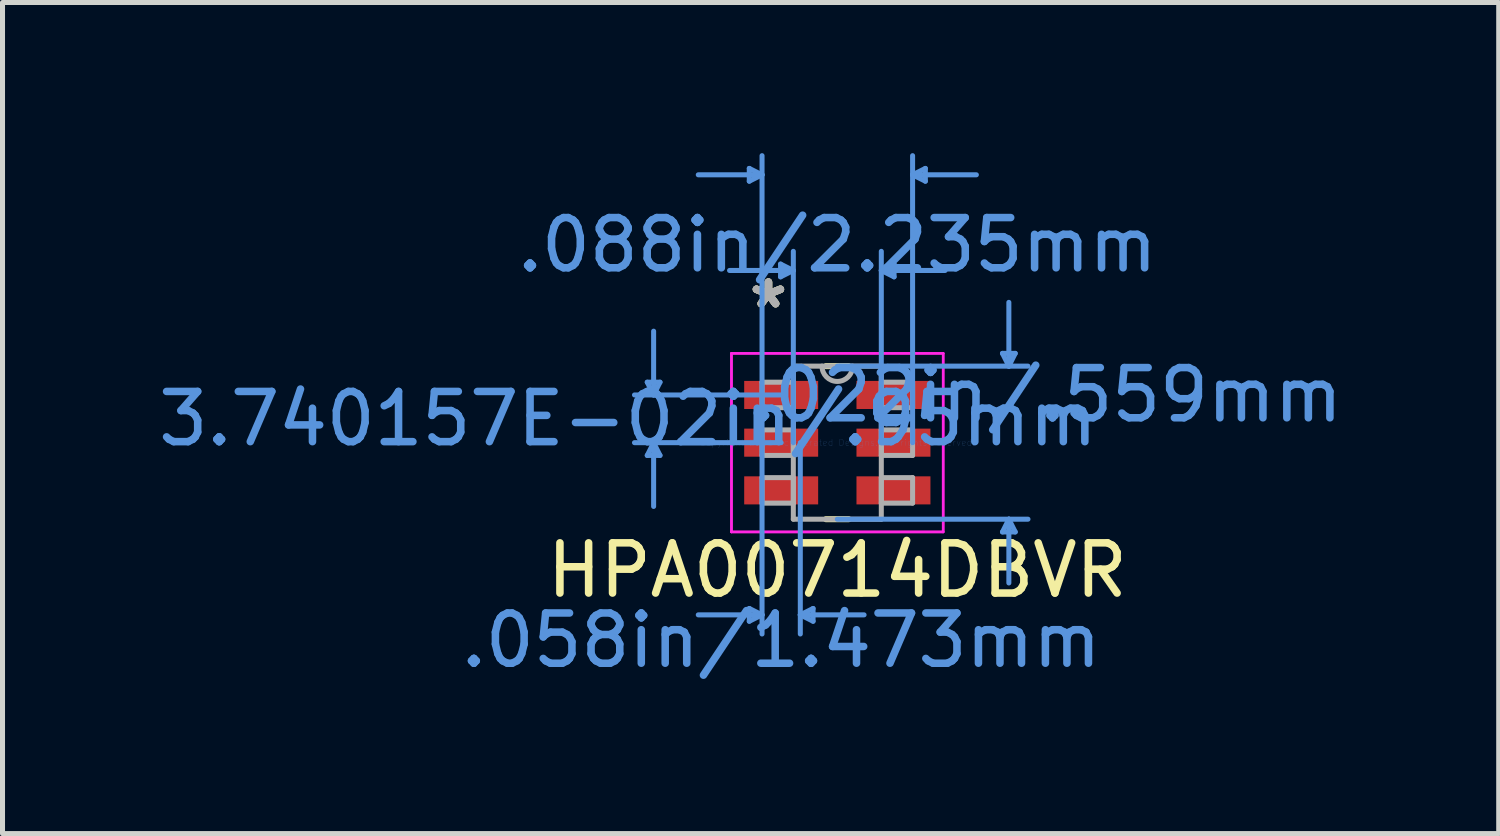
<source format=kicad_pcb>
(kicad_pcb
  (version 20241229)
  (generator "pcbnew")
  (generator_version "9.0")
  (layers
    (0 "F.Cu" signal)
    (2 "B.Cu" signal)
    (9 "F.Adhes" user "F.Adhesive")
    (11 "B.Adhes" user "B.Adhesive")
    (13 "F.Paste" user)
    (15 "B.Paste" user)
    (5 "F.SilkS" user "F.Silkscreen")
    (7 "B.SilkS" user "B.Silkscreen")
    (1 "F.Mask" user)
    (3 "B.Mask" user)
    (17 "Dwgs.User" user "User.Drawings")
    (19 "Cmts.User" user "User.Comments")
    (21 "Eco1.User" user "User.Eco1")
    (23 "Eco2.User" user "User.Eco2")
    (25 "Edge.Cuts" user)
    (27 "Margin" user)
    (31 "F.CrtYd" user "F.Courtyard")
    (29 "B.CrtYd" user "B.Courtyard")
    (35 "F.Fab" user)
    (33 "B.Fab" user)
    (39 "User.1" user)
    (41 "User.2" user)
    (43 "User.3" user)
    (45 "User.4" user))
  (footprint "HPA00714DBVR"
    (layer "F.Cu")
    (at 13.624 5.765)
    (property "Reference" "HPA00714DBVR" (at 0 2.54 0) (layer "F.SilkS") (effects (font (size 1 1) (thickness 0.15))))
    (attr through_hole)
    (fp_line (start -0.226 1.524) (end 0.226 1.524) (stroke (width 0.12) (type solid)) (layer "F.SilkS"))
    (fp_line (start 0.226 -1.524) (end -0.226 -1.524) (stroke (width 0.12) (type solid)) (layer "F.SilkS"))
    (fp_line (start -3.785 -1.204) (end -3.531 -1.204) (stroke (width 0.1) (type solid)) (layer "Cmts.User"))
    (fp_line (start -3.785 0.254) (end -3.531 0.254) (stroke (width 0.1) (type solid)) (layer "Cmts.User"))
    (fp_line (start -3.658 -0.95) (end -3.785 -1.204) (stroke (width 0.1) (type solid)) (layer "Cmts.User"))
    (fp_line (start -3.658 -0.95) (end -3.658 -2.22) (stroke (width 0.1) (type solid)) (layer "Cmts.User"))
    (fp_line (start -3.658 -0.95) (end -3.531 -1.204) (stroke (width 0.1) (type solid)) (layer "Cmts.User"))
    (fp_line (start -3.658 0) (end -3.785 0.254) (stroke (width 0.1) (type solid)) (layer "Cmts.User"))
    (fp_line (start -3.658 0) (end -3.658 1.27) (stroke (width 0.1) (type solid)) (layer "Cmts.User"))
    (fp_line (start -3.658 0) (end -3.531 0.254) (stroke (width 0.1) (type solid)) (layer "Cmts.User"))
    (fp_line (start -1.753 -5.461) (end -1.753 -5.207) (stroke (width 0.1) (type solid)) (layer "Cmts.User"))
    (fp_line (start -1.753 3.302) (end -1.753 3.556) (stroke (width 0.1) (type solid)) (layer "Cmts.User"))
    (fp_line (start -1.499 -5.334) (end -2.769 -5.334) (stroke (width 0.1) (type solid)) (layer "Cmts.User"))
    (fp_line (start -1.499 -5.334) (end -1.753 -5.461) (stroke (width 0.1) (type solid)) (layer "Cmts.User"))
    (fp_line (start -1.499 -5.334) (end -1.753 -5.207) (stroke (width 0.1) (type solid)) (layer "Cmts.User"))
    (fp_line (start -1.499 0) (end -1.499 -5.715) (stroke (width 0.1) (type solid)) (layer "Cmts.User"))
    (fp_line (start -1.499 0) (end -1.499 3.81) (stroke (width 0.1) (type solid)) (layer "Cmts.User"))
    (fp_line (start -1.499 3.429) (end -2.769 3.429) (stroke (width 0.1) (type solid)) (layer "Cmts.User"))
    (fp_line (start -1.499 3.429) (end -1.753 3.302) (stroke (width 0.1) (type solid)) (layer "Cmts.User"))
    (fp_line (start -1.499 3.429) (end -1.753 3.556) (stroke (width 0.1) (type solid)) (layer "Cmts.User"))
    (fp_line (start -1.13 -3.556) (end -1.13 -3.302) (stroke (width 0.1) (type solid)) (layer "Cmts.User"))
    (fp_line (start -1.118 -0.95) (end -4.039 -0.95) (stroke (width 0.1) (type solid)) (layer "Cmts.User"))
    (fp_line (start -1.118 0) (end -4.039 0) (stroke (width 0.1) (type solid)) (layer "Cmts.User"))
    (fp_line (start -0.876 -3.429) (end -2.146 -3.429) (stroke (width 0.1) (type solid)) (layer "Cmts.User"))
    (fp_line (start -0.876 -3.429) (end -1.13 -3.556) (stroke (width 0.1) (type solid)) (layer "Cmts.User"))
    (fp_line (start -0.876 -3.429) (end -1.13 -3.302) (stroke (width 0.1) (type solid)) (layer "Cmts.User"))
    (fp_line (start -0.876 0) (end -0.876 -3.81) (stroke (width 0.1) (type solid)) (layer "Cmts.User"))
    (fp_line (start -0.737 0) (end -0.737 3.81) (stroke (width 0.1) (type solid)) (layer "Cmts.User"))
    (fp_line (start -0.737 3.429) (end -0.483 3.302) (stroke (width 0.1) (type solid)) (layer "Cmts.User"))
    (fp_line (start -0.737 3.429) (end -0.483 3.556) (stroke (width 0.1) (type solid)) (layer "Cmts.User"))
    (fp_line (start -0.737 3.429) (end 0.533 3.429) (stroke (width 0.1) (type solid)) (layer "Cmts.User"))
    (fp_line (start -0.483 3.302) (end -0.483 3.556) (stroke (width 0.1) (type solid)) (layer "Cmts.User"))
    (fp_line (start 0 -1.524) (end 3.797 -1.524) (stroke (width 0.1) (type solid)) (layer "Cmts.User"))
    (fp_line (start 0 1.524) (end 3.797 1.524) (stroke (width 0.1) (type solid)) (layer "Cmts.User"))
    (fp_line (start 0.876 -3.429) (end 1.13 -3.556) (stroke (width 0.1) (type solid)) (layer "Cmts.User"))
    (fp_line (start 0.876 -3.429) (end 1.13 -3.302) (stroke (width 0.1) (type solid)) (layer "Cmts.User"))
    (fp_line (start 0.876 -3.429) (end 2.146 -3.429) (stroke (width 0.1) (type solid)) (layer "Cmts.User"))
    (fp_line (start 0.876 0) (end 0.876 -3.81) (stroke (width 0.1) (type solid)) (layer "Cmts.User"))
    (fp_line (start 1.13 -3.556) (end 1.13 -3.302) (stroke (width 0.1) (type solid)) (layer "Cmts.User"))
    (fp_line (start 1.499 -5.334) (end 1.753 -5.461) (stroke (width 0.1) (type solid)) (layer "Cmts.User"))
    (fp_line (start 1.499 -5.334) (end 1.753 -5.207) (stroke (width 0.1) (type solid)) (layer "Cmts.User"))
    (fp_line (start 1.499 -5.334) (end 2.769 -5.334) (stroke (width 0.1) (type solid)) (layer "Cmts.User"))
    (fp_line (start 1.499 0) (end 1.499 -5.715) (stroke (width 0.1) (type solid)) (layer "Cmts.User"))
    (fp_line (start 1.753 -5.461) (end 1.753 -5.207) (stroke (width 0.1) (type solid)) (layer "Cmts.User"))
    (fp_line (start 3.289 -1.778) (end 3.543 -1.778) (stroke (width 0.1) (type solid)) (layer "Cmts.User"))
    (fp_line (start 3.289 1.778) (end 3.543 1.778) (stroke (width 0.1) (type solid)) (layer "Cmts.User"))
    (fp_line (start 3.416 -1.524) (end 3.289 -1.778) (stroke (width 0.1) (type solid)) (layer "Cmts.User"))
    (fp_line (start 3.416 -1.524) (end 3.416 -2.794) (stroke (width 0.1) (type solid)) (layer "Cmts.User"))
    (fp_line (start 3.416 -1.524) (end 3.543 -1.778) (stroke (width 0.1) (type solid)) (layer "Cmts.User"))
    (fp_line (start 3.416 1.524) (end 3.289 1.778) (stroke (width 0.1) (type solid)) (layer "Cmts.User"))
    (fp_line (start 3.416 1.524) (end 3.416 2.794) (stroke (width 0.1) (type solid)) (layer "Cmts.User"))
    (fp_line (start 3.416 1.524) (end 3.543 1.778) (stroke (width 0.1) (type solid)) (layer "Cmts.User"))
    (fp_line (start -2.108 -1.778) (end 2.108 -1.778) (stroke (width 0.05) (type solid)) (layer "F.CrtYd"))
    (fp_line (start -2.108 -1.778) (end 2.108 -1.778) (stroke (width 0.05) (type solid)) (layer "F.CrtYd"))
    (fp_line (start -2.108 1.778) (end -2.108 -1.778) (stroke (width 0.05) (type solid)) (layer "F.CrtYd"))
    (fp_line (start -2.108 1.778) (end -2.108 -1.778) (stroke (width 0.05) (type solid)) (layer "F.CrtYd"))
    (fp_line (start 2.108 -1.778) (end 2.108 1.778) (stroke (width 0.05) (type solid)) (layer "F.CrtYd"))
    (fp_line (start 2.108 -1.778) (end 2.108 1.778) (stroke (width 0.05) (type solid)) (layer "F.CrtYd"))
    (fp_line (start 2.108 1.778) (end -2.108 1.778) (stroke (width 0.05) (type solid)) (layer "F.CrtYd"))
    (fp_line (start 2.108 1.778) (end -2.108 1.778) (stroke (width 0.05) (type solid)) (layer "F.CrtYd"))
    (fp_line (start -1.499 -1.204) (end -1.499 -0.696) (stroke (width 0.1) (type solid)) (layer "F.Fab"))
    (fp_line (start -1.499 -0.696) (end -0.876 -0.696) (stroke (width 0.1) (type solid)) (layer "F.Fab"))
    (fp_line (start -1.499 -0.254) (end -1.499 0.254) (stroke (width 0.1) (type solid)) (layer "F.Fab"))
    (fp_line (start -1.499 0.254) (end -0.876 0.254) (stroke (width 0.1) (type solid)) (layer "F.Fab"))
    (fp_line (start -1.499 0.696) (end -1.499 1.204) (stroke (width 0.1) (type solid)) (layer "F.Fab"))
    (fp_line (start -1.499 1.204) (end -0.876 1.204) (stroke (width 0.1) (type solid)) (layer "F.Fab"))
    (fp_line (start -0.876 -1.524) (end -0.876 1.524) (stroke (width 0.1) (type solid)) (layer "F.Fab"))
    (fp_line (start -0.876 -1.204) (end -1.499 -1.204) (stroke (width 0.1) (type solid)) (layer "F.Fab"))
    (fp_line (start -0.876 -0.696) (end -0.876 -1.204) (stroke (width 0.1) (type solid)) (layer "F.Fab"))
    (fp_line (start -0.876 -0.254) (end -1.499 -0.254) (stroke (width 0.1) (type solid)) (layer "F.Fab"))
    (fp_line (start -0.876 0.254) (end -0.876 -0.254) (stroke (width 0.1) (type solid)) (layer "F.Fab"))
    (fp_line (start -0.876 0.696) (end -1.499 0.696) (stroke (width 0.1) (type solid)) (layer "F.Fab"))
    (fp_line (start -0.876 1.204) (end -0.876 0.696) (stroke (width 0.1) (type solid)) (layer "F.Fab"))
    (fp_line (start -0.876 1.524) (end 0.876 1.524) (stroke (width 0.1) (type solid)) (layer "F.Fab"))
    (fp_line (start 0.876 -1.524) (end -0.876 -1.524) (stroke (width 0.1) (type solid)) (layer "F.Fab"))
    (fp_line (start 0.876 -1.204) (end 0.876 -0.696) (stroke (width 0.1) (type solid)) (layer "F.Fab"))
    (fp_line (start 0.876 -0.696) (end 1.499 -0.696) (stroke (width 0.1) (type solid)) (layer "F.Fab"))
    (fp_line (start 0.876 -0.254) (end 0.876 0.254) (stroke (width 0.1) (type solid)) (layer "F.Fab"))
    (fp_line (start 0.876 0.254) (end 1.499 0.254) (stroke (width 0.1) (type solid)) (layer "F.Fab"))
    (fp_line (start 0.876 0.696) (end 0.876 1.204) (stroke (width 0.1) (type solid)) (layer "F.Fab"))
    (fp_line (start 0.876 1.204) (end 1.499 1.204) (stroke (width 0.1) (type solid)) (layer "F.Fab"))
    (fp_line (start 0.876 1.524) (end 0.876 -1.524) (stroke (width 0.1) (type solid)) (layer "F.Fab"))
    (fp_line (start 1.499 -1.204) (end 0.876 -1.204) (stroke (width 0.1) (type solid)) (layer "F.Fab"))
    (fp_line (start 1.499 -0.696) (end 1.499 -1.204) (stroke (width 0.1) (type solid)) (layer "F.Fab"))
    (fp_line (start 1.499 -0.254) (end 0.876 -0.254) (stroke (width 0.1) (type solid)) (layer "F.Fab"))
    (fp_line (start 1.499 0.254) (end 1.499 -0.254) (stroke (width 0.1) (type solid)) (layer "F.Fab"))
    (fp_line (start 1.499 0.696) (end 0.876 0.696) (stroke (width 0.1) (type solid)) (layer "F.Fab"))
    (fp_line (start 1.499 1.204) (end 1.499 0.696) (stroke (width 0.1) (type solid)) (layer "F.Fab"))
    (fp_arc (start 0.3048 -1.524) (mid 0 -1.2192) (end -0.3048 -1.524) (stroke (width 0.1) (type solid)) (layer "F.Fab"))
    (fp_text user "*" (at -1.372 -2.652 0) (layer "F.SilkS") (effects (font (size 1 1) (thickness 0.15))))
    (fp_text user "*" (at -1.372 -2.652 0) (layer "F.SilkS") (effects (font (size 1 1) (thickness 0.15))))
    (fp_text user ".088in/2.235mm" (at 0 -3.937 0) (layer "Cmts.User") (effects (font (size 1 1) (thickness 0.15))))
    (fp_text user ".058in/1.473mm" (at -1.118 3.937 0) (layer "Cmts.User") (effects (font (size 1 1) (thickness 0.15))))
    (fp_text user ".022in/.559mm" (at 4.166 -0.95 0) (layer "Cmts.User") (effects (font (size 1 1) (thickness 0.15))))
    (fp_text user "3.740157E-02in/.95mm" (at -4.166 -0.475 0) (layer "Cmts.User") (effects (font (size 1 1) (thickness 0.15))))
    (fp_text user "Copyright 2021 Accelerated Designs. All rights reserved." (at 0 0 0) (layer "Cmts.User") (effects (font (size 0.127 0.127) (thickness 0.002))))
    (fp_text user "*" (at -1.372 -2.652 0) (layer "F.Fab") (effects (font (size 1 1) (thickness 0.15))))
    (fp_text user "*" (at -1.372 -2.652 0) (layer "F.Fab") (effects (font (size 1 1) (thickness 0.15))))
    (pad "1" smd rect (at -1.118 -0.95) (size 1.473 0.559) (layers "F.Cu" "F.Mask" "F.Paste"))
    (pad "2" smd rect (at -1.118 0) (size 1.473 0.559) (layers "F.Cu" "F.Mask" "F.Paste"))
    (pad "3" smd rect (at -1.118 0.95) (size 1.473 0.559) (layers "F.Cu" "F.Mask" "F.Paste"))
    (pad "4" smd rect (at 1.118 0.95) (size 1.473 0.559) (layers "F.Cu" "F.Mask" "F.Paste"))
    (pad "5" smd rect (at 1.118 0) (size 1.473 0.559) (layers "F.Cu" "F.Mask" "F.Paste"))
    (pad "6" smd rect (at 1.118 -0.95) (size 1.473 0.559) (layers "F.Cu" "F.Mask" "F.Paste")))
  (gr_rect
    (start -3 -3)
    (end 26.795 13.55)
    (stroke (width 0.1) (type default))
    (fill no)
    (layer "Edge.Cuts")))
</source>
